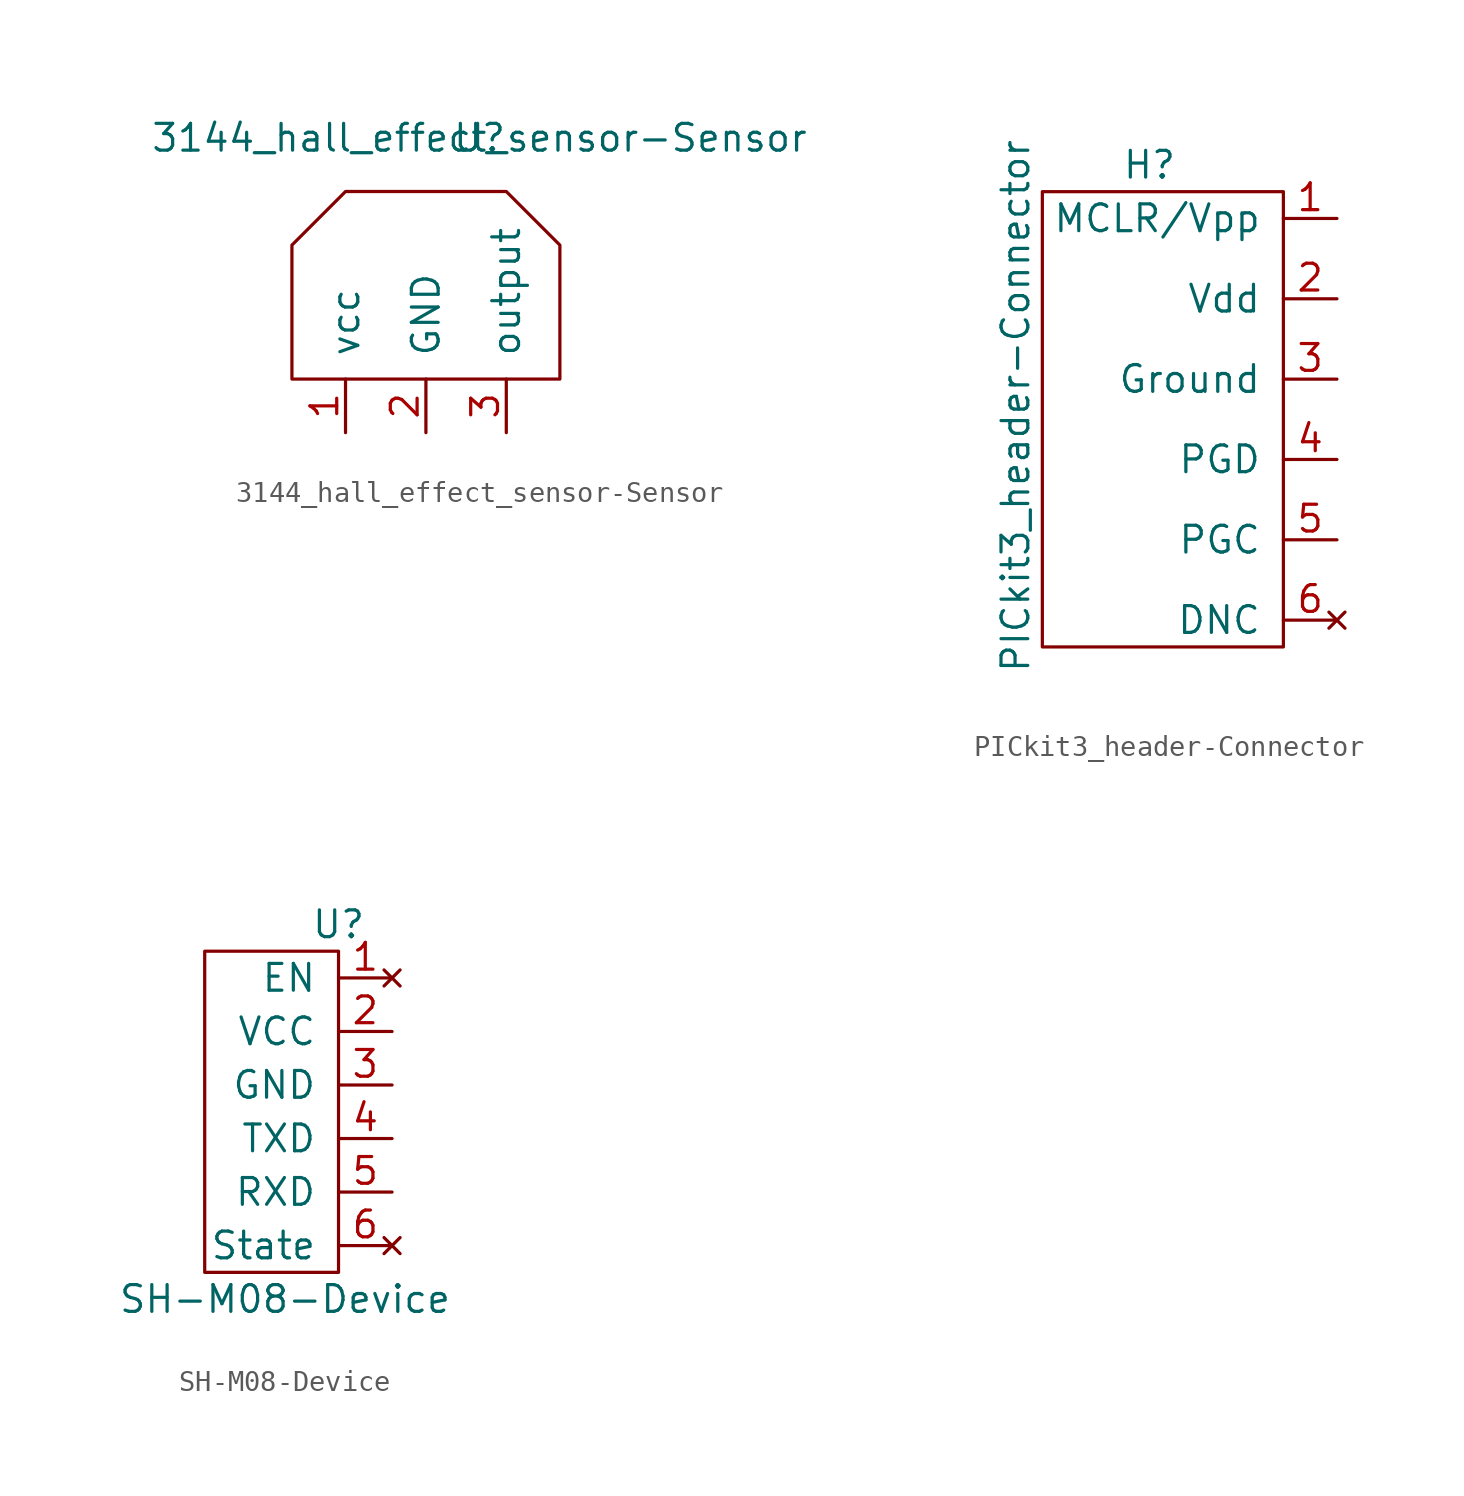
<source format=kicad_sym>
(kicad_symbol_lib
  (version 20211014)
  (generator kicad_symbol_editor)
  (symbol "3144_hall_effect_sensor-Sensor"
    (pin_names
      (offset 1.016))
    (property "Reference" "U"
      (at 0 0 0)
      (effects (font (size 1.27 1.27))))
    (property "Value" "3144_hall_effect_sensor-Sensor"
      (at 0 0 0)
      (effects (font (size 1.27 1.27))))
    (symbol "3144_hall_effect_sensor-Sensor_0_1"
      (polyline (pts (xy -8.89 -11.43) (xy 3.81 -11.43) (xy 3.81 -5.08) (xy 1.27 -2.54) (xy -6.35 -2.54) (xy -8.89 -5.08) (xy -8.89 -11.43)) (stroke (width 0) (type default) (color 0 0 0 0)) (fill (type none))))
    (symbol "3144_hall_effect_sensor-Sensor_1_1"
      (pin input line (at -6.35 -13.97 90) (length 2.54) (name "vcc" (effects (font (size 1.27 1.27)))) (number "1" (effects (font (size 1.27 1.27)))))
      (pin input line (at -2.54 -13.97 90) (length 2.54) (name "GND" (effects (font (size 1.27 1.27)))) (number "2" (effects (font (size 1.27 1.27)))))
      (pin output line (at 1.27 -13.97 90) (length 2.54) (name "output" (effects (font (size 1.27 1.27)))) (number "3" (effects (font (size 1.27 1.27)))))))
  (symbol "PICkit3_header-Connector"
    (pin_names
      (offset 1.016))
    (property "Reference" "H"
      (at -3.81 0 0)
      (effects (font (size 1.27 1.27))))
    (property "Value" "PICkit3_header-Connector"
      (at -10.16 -11.43 90)
      (effects (font (size 1.27 1.27))))
    (symbol "PICkit3_header-Connector_0_1"
      (rectangle (start 2.54 -1.27) (end -8.89 -22.86) (stroke (width 0) (type default) (color 0 0 0 0)) (fill (type none))))
    (symbol "PICkit3_header-Connector_1_1"
      (pin input line (at 5.08 -2.54 180) (length 2.54) (name "MCLR/Vpp" (effects (font (size 1.27 1.27)))) (number "1" (effects (font (size 1.27 1.27)))))
      (pin input line (at 5.08 -6.35 180) (length 2.54) (name "Vdd" (effects (font (size 1.27 1.27)))) (number "2" (effects (font (size 1.27 1.27)))))
      (pin input line (at 5.08 -10.16 180) (length 2.54) (name "Ground" (effects (font (size 1.27 1.27)))) (number "3" (effects (font (size 1.27 1.27)))))
      (pin bidirectional line (at 5.08 -13.97 180) (length 2.54) (name "PGD" (effects (font (size 1.27 1.27)))) (number "4" (effects (font (size 1.27 1.27)))))
      (pin bidirectional line (at 5.08 -17.78 180) (length 2.54) (name "PGC" (effects (font (size 1.27 1.27)))) (number "5" (effects (font (size 1.27 1.27)))))
      (pin no_connect line (at 5.08 -21.59 180) (length 2.54) (name "DNC" (effects (font (size 1.27 1.27)))) (number "6" (effects (font (size 1.27 1.27)))))))
  (symbol "SH-M08-Device"
    (pin_names
      (offset 1.016))
    (property "Reference" "U"
      (at 1.27 -1.27 0)
      (effects (font (size 1.27 1.27))))
    (property "Value" "SH-M08-Device"
      (at -1.27 -19.05 0)
      (effects (font (size 1.27 1.27))))
    (symbol "SH-M08-Device_0_1"
      (rectangle (start 1.27 -2.54) (end -5.08 -17.78) (stroke (width 0) (type default) (color 0 0 0 0)) (fill (type none))))
    (symbol "SH-M08-Device_1_1"
      (pin no_connect line (at 3.81 -3.81 180) (length 2.54) (name "EN" (effects (font (size 1.27 1.27)))) (number "1" (effects (font (size 1.27 1.27)))))
      (pin input line (at 3.81 -6.35 180) (length 2.54) (name "VCC" (effects (font (size 1.27 1.27)))) (number "2" (effects (font (size 1.27 1.27)))))
      (pin input line (at 3.81 -8.89 180) (length 2.54) (name "GND" (effects (font (size 1.27 1.27)))) (number "3" (effects (font (size 1.27 1.27)))))
      (pin output line (at 3.81 -11.43 180) (length 2.54) (name "TXD" (effects (font (size 1.27 1.27)))) (number "4" (effects (font (size 1.27 1.27)))))
      (pin input line (at 3.81 -13.97 180) (length 2.54) (name "RXD" (effects (font (size 1.27 1.27)))) (number "5" (effects (font (size 1.27 1.27)))))
      (pin no_connect line (at 3.81 -16.51 180) (length 2.54) (name "State" (effects (font (size 1.27 1.27)))) (number "6" (effects (font (size 1.27 1.27))))))))
</source>
